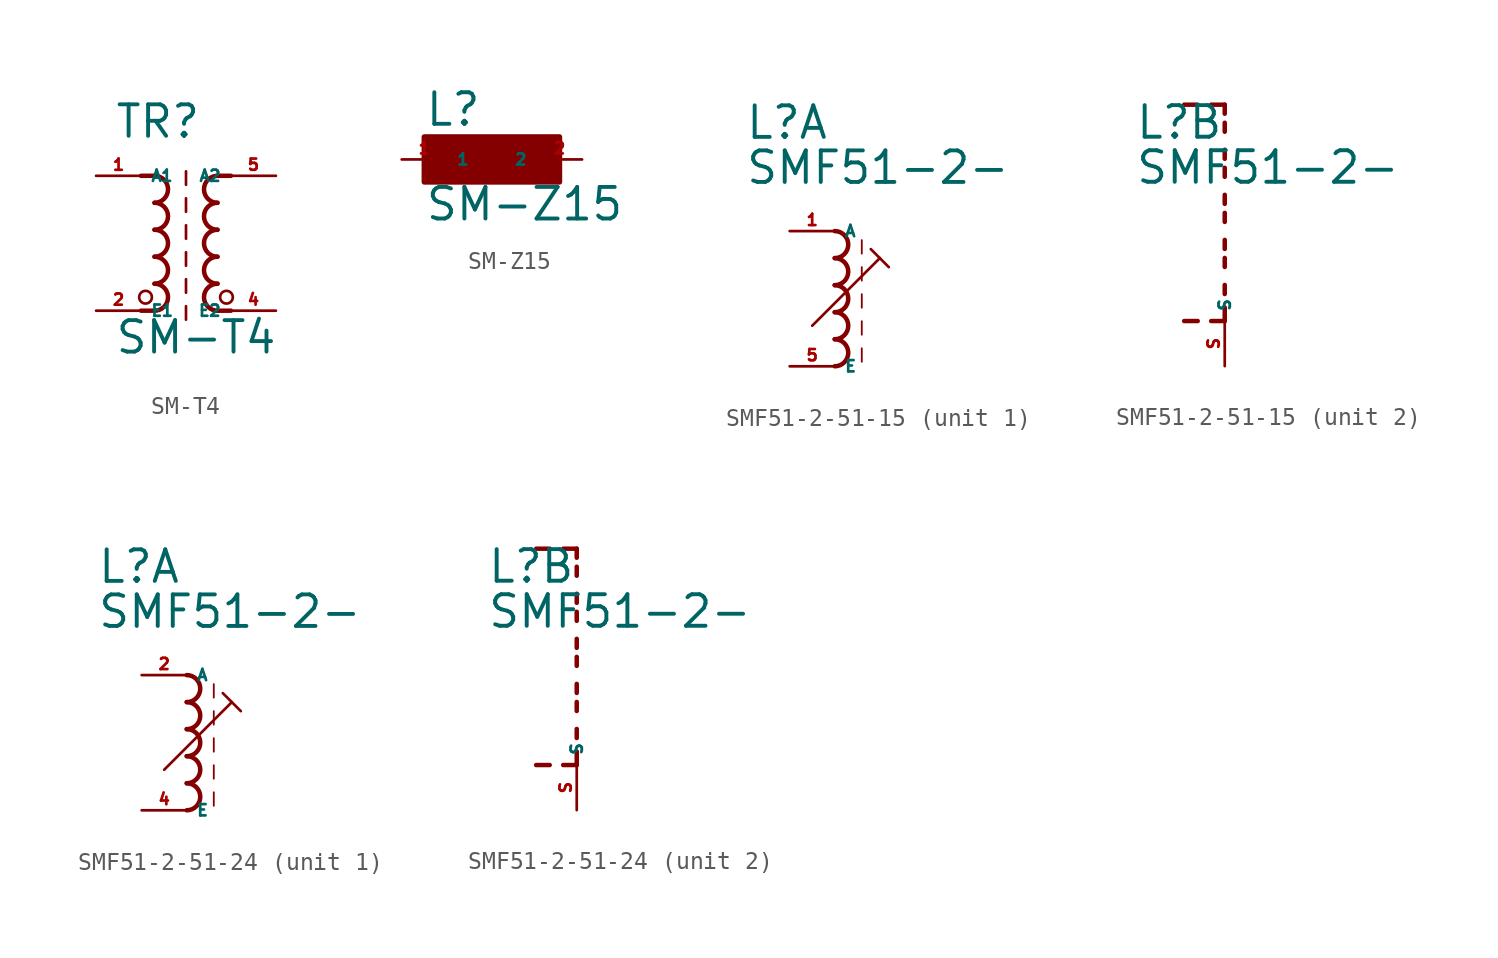
<source format=kicad_sym>
(kicad_symbol_lib
  (version 20220914)
  (generator kicad_symbol_editor)
  (symbol "SM-T4"
    (property "Reference" "TR"
      (at -4.064 7.112 0)
      (effects (font (size 1.778 1.778) (thickness 0.22)) (justify left bottom)))
    (property "Value" "SM-T4"
      (at -4.064 -5.08 0)
      (effects (font (size 1.778 1.778) (thickness 0.22)) (justify left bottom)))
    (symbol "SM-T4_1_1"
      (circle (center -2.286 -1.778) (radius 0.359) (stroke (width 0) (type default)) (fill (type none)))
      (arc (start -1.778 -2.54) (mid -1.0193 -1.778) (end -1.778 -1.016) (stroke (width 0.254) (type default)) (fill (type none)))
      (arc (start -1.778 -1.016) (mid -1.0193 -0.254) (end -1.778 0.508) (stroke (width 0.254) (type default)) (fill (type none)))
      (arc (start -1.778 0.508) (mid -1.0193 1.27) (end -1.778 2.032) (stroke (width 0.254) (type default)) (fill (type none)))
      (arc (start -1.778 2.032) (mid -1.0193 2.794) (end -1.778 3.556) (stroke (width 0.254) (type default)) (fill (type none)))
      (arc (start -1.778 3.556) (mid -1.0193 4.318) (end -1.778 5.08) (stroke (width 0.254) (type default)) (fill (type none)))
      (polyline (pts (xy -1.778 -2.54) (xy -2.54 -2.54)) (stroke (width 0.254) (type default)) (fill (type none)))
      (polyline (pts (xy -1.778 5.08) (xy -2.54 5.08)) (stroke (width 0.254) (type default)) (fill (type none)))
      (polyline (pts (xy 0 -2.286) (xy 0 -3.048)) (stroke (width 0.152) (type default)) (fill (type none)))
      (polyline (pts (xy 0 -0.762) (xy 0 -1.524)) (stroke (width 0.152) (type default)) (fill (type none)))
      (polyline (pts (xy 0 0.762) (xy 0 0)) (stroke (width 0.152) (type default)) (fill (type none)))
      (polyline (pts (xy 0 2.286) (xy 0 1.524)) (stroke (width 0.152) (type default)) (fill (type none)))
      (polyline (pts (xy 0 3.81) (xy 0 3.048)) (stroke (width 0.152) (type default)) (fill (type none)))
      (polyline (pts (xy 0 5.334) (xy 0 4.572)) (stroke (width 0.152) (type default)) (fill (type none)))
      (polyline (pts (xy 1.778 -2.54) (xy 2.54 -2.54)) (stroke (width 0.254) (type default)) (fill (type none)))
      (polyline (pts (xy 1.778 5.08) (xy 2.54 5.08)) (stroke (width 0.254) (type default)) (fill (type none)))
      (arc (start 1.778 -1.016) (mid 1.0193 -1.778) (end 1.778 -2.54) (stroke (width 0.254) (type default)) (fill (type none)))
      (arc (start 1.778 0.508) (mid 1.0193 -0.254) (end 1.778 -1.016) (stroke (width 0.254) (type default)) (fill (type none)))
      (arc (start 1.778 2.032) (mid 1.0193 1.27) (end 1.778 0.508) (stroke (width 0.254) (type default)) (fill (type none)))
      (arc (start 1.778 3.556) (mid 1.0193 2.794) (end 1.778 2.032) (stroke (width 0.254) (type default)) (fill (type none)))
      (arc (start 1.778 5.08) (mid 1.0193 4.318) (end 1.778 3.556) (stroke (width 0.254) (type default)) (fill (type none)))
      (circle (center 2.286 -1.778) (radius 0.359) (stroke (width 0) (type default)) (fill (type none)))
      (pin passive line (at -5.08 5.08 0) (length 2.54) (name "A1" (effects (font (size 0.635 0.635)))) (number "1" (effects (font (size 0.635 0.635)))))
      (pin passive line (at -5.08 -2.54 0) (length 2.54) (name "E1" (effects (font (size 0.635 0.635)))) (number "2" (effects (font (size 0.635 0.635)))))
      (pin passive line (at 5.08 -2.54 180) (length 2.54) (name "E2" (effects (font (size 0.635 0.635)))) (number "4" (effects (font (size 0.635 0.635)))))
      (pin passive line (at 5.08 5.08 180) (length 2.54) (name "A2" (effects (font (size 0.635 0.635)))) (number "5" (effects (font (size 0.635 0.635)))))))
  (symbol "SM-Z15"
    (property "Reference" "L"
      (at -3.81 1.778 0)
      (effects (font (size 1.778 1.778) (thickness 0.22)) (justify left bottom)))
    (property "Value" "SM-Z15"
      (at -3.81 -3.556 0)
      (effects (font (size 1.778 1.778) (thickness 0.22)) (justify left bottom)))
    (symbol "SM-Z15_1_1"
      (rectangle (start -3.81 -1.27) (end 3.81 1.27) (stroke (width 0.3) (type default)) (fill (type outline)))
      (pin passive line (at -5.08 0 0) (length 2.54) (name "1" (effects (font (size 0.635 0.635)))) (number "1" (effects (font (size 0.635 0.635)))))
      (pin passive line (at 5.08 0 180) (length 2.54) (name "2" (effects (font (size 0.635 0.635)))) (number "2" (effects (font (size 0.635 0.635)))))))
  (symbol "SMF51-2-51-15"
    (property "Reference" "L"
      (at -5.08 10.16 0)
      (effects (font (size 1.778 1.778) (thickness 0.22)) (justify left bottom)))
    (property "Value" "SMF51-2-"
      (at -5.08 7.62 0)
      (effects (font (size 1.778 1.778) (thickness 0.22)) (justify left bottom)))
    (symbol "SMF51-2-51-15_1_0"
      (arc (start 0 -2.54) (mid 0.7587 -1.778) (end 0 -1.016) (stroke (width 0.254) (type default)) (fill (type none)))
      (arc (start 0 -1.016) (mid 0.7587 -0.254) (end 0 0.508) (stroke (width 0.254) (type default)) (fill (type none)))
      (polyline (pts (xy -1.27 -0.254) (xy 2.54 3.556)) (stroke (width 0.152) (type default)) (fill (type none)))
      (polyline (pts (xy 1.524 -1.524) (xy 1.524 -2.286)) (stroke (width 0.102) (type default)) (fill (type none)))
      (polyline (pts (xy 1.524 0) (xy 1.524 -0.762)) (stroke (width 0.102) (type default)) (fill (type none)))
      (polyline (pts (xy 1.524 1.524) (xy 1.524 0.762)) (stroke (width 0.102) (type default)) (fill (type none)))
      (polyline (pts (xy 1.524 3.048) (xy 1.524 2.286)) (stroke (width 0.102) (type default)) (fill (type none)))
      (polyline (pts (xy 1.524 4.572) (xy 1.524 3.81)) (stroke (width 0.102) (type default)) (fill (type none)))
      (polyline (pts (xy 2.032 4.064) (xy 2.54 3.556)) (stroke (width 0.152) (type default)) (fill (type none)))
      (polyline (pts (xy 2.54 3.556) (xy 3.048 3.048)) (stroke (width 0.152) (type default)) (fill (type none)))
      (arc (start 0 0.508) (mid 0.7587 1.27) (end 0 2.032) (stroke (width 0.254) (type default)) (fill (type none)))
      (arc (start 0 2.032) (mid 0.7587 2.794) (end 0 3.556) (stroke (width 0.254) (type default)) (fill (type none)))
      (arc (start 0 3.556) (mid 0.7587 4.318) (end 0 5.08) (stroke (width 0.254) (type default)) (fill (type none)))
      (pin passive line (at -2.54 5.08 0) (length 2.54) (name "A" (effects (font (size 0.635 0.635)))) (number "1" (effects (font (size 0.635 0.635)))))
      (pin passive line (at -2.54 -2.54 0) (length 2.54) (name "E" (effects (font (size 0.635 0.635)))) (number "5" (effects (font (size 0.635 0.635))))))
    (symbol "SMF51-2-51-15_2_0"
      (polyline (pts (xy -1.524 0) (xy -2.286 0)) (stroke (width 0.254) (type default)) (fill (type none)))
      (polyline (pts (xy -1.524 12.192) (xy -2.286 12.192)) (stroke (width 0.254) (type default)) (fill (type none)))
      (polyline (pts (xy 0 0) (xy -0.762 0)) (stroke (width 0.254) (type default)) (fill (type none)))
      (polyline (pts (xy 0 0) (xy 0 0.762)) (stroke (width 0.254) (type default)) (fill (type none)))
      (polyline (pts (xy 0 1.524) (xy 0 2.032)) (stroke (width 0.254) (type default)) (fill (type none)))
      (polyline (pts (xy 0 3.048) (xy 0 3.556)) (stroke (width 0.254) (type default)) (fill (type none)))
      (polyline (pts (xy 0 4.064) (xy 0 4.572)) (stroke (width 0.254) (type default)) (fill (type none)))
      (polyline (pts (xy 0 5.588) (xy 0 6.096)) (stroke (width 0.254) (type default)) (fill (type none)))
      (polyline (pts (xy 0 6.604) (xy 0 7.112)) (stroke (width 0.254) (type default)) (fill (type none)))
      (polyline (pts (xy 0 8.128) (xy 0 8.636)) (stroke (width 0.254) (type default)) (fill (type none)))
      (polyline (pts (xy 0 9.144) (xy 0 9.652)) (stroke (width 0.254) (type default)) (fill (type none)))
      (polyline (pts (xy 0 10.668) (xy 0 11.176)) (stroke (width 0.254) (type default)) (fill (type none)))
      (polyline (pts (xy 0 11.684) (xy 0 12.192)) (stroke (width 0.254) (type default)) (fill (type none)))
      (polyline (pts (xy 0 12.192) (xy -0.762 12.192)) (stroke (width 0.254) (type default)) (fill (type none)))
      (pin passive line (at 0 -2.54 90) (length 2.54) (name "S" (effects (font (size 0.635 0.635)))) (number "S" (effects (font (size 0.635 0.635)))))))
  (symbol "SMF51-2-51-24"
    (property "Reference" "L"
      (at -5.08 10.16 0)
      (effects (font (size 1.778 1.778) (thickness 0.22)) (justify left bottom)))
    (property "Value" "SMF51-2-"
      (at -5.08 7.62 0)
      (effects (font (size 1.778 1.778) (thickness 0.22)) (justify left bottom)))
    (symbol "SMF51-2-51-24_1_0"
      (arc (start 0 -2.54) (mid 0.7587 -1.778) (end 0 -1.016) (stroke (width 0.254) (type default)) (fill (type none)))
      (arc (start 0 -1.016) (mid 0.7587 -0.254) (end 0 0.508) (stroke (width 0.254) (type default)) (fill (type none)))
      (polyline (pts (xy -1.27 -0.254) (xy 2.54 3.556)) (stroke (width 0.152) (type default)) (fill (type none)))
      (polyline (pts (xy 1.524 -1.524) (xy 1.524 -2.286)) (stroke (width 0.102) (type default)) (fill (type none)))
      (polyline (pts (xy 1.524 0) (xy 1.524 -0.762)) (stroke (width 0.102) (type default)) (fill (type none)))
      (polyline (pts (xy 1.524 1.524) (xy 1.524 0.762)) (stroke (width 0.102) (type default)) (fill (type none)))
      (polyline (pts (xy 1.524 3.048) (xy 1.524 2.286)) (stroke (width 0.102) (type default)) (fill (type none)))
      (polyline (pts (xy 1.524 4.572) (xy 1.524 3.81)) (stroke (width 0.102) (type default)) (fill (type none)))
      (polyline (pts (xy 2.032 4.064) (xy 2.54 3.556)) (stroke (width 0.152) (type default)) (fill (type none)))
      (polyline (pts (xy 2.54 3.556) (xy 3.048 3.048)) (stroke (width 0.152) (type default)) (fill (type none)))
      (arc (start 0 0.508) (mid 0.7587 1.27) (end 0 2.032) (stroke (width 0.254) (type default)) (fill (type none)))
      (arc (start 0 2.032) (mid 0.7587 2.794) (end 0 3.556) (stroke (width 0.254) (type default)) (fill (type none)))
      (arc (start 0 3.556) (mid 0.7587 4.318) (end 0 5.08) (stroke (width 0.254) (type default)) (fill (type none)))
      (pin passive line (at -2.54 5.08 0) (length 2.54) (name "A" (effects (font (size 0.635 0.635)))) (number "2" (effects (font (size 0.635 0.635)))))
      (pin passive line (at -2.54 -2.54 0) (length 2.54) (name "E" (effects (font (size 0.635 0.635)))) (number "4" (effects (font (size 0.635 0.635))))))
    (symbol "SMF51-2-51-24_2_0"
      (polyline (pts (xy -1.524 0) (xy -2.286 0)) (stroke (width 0.254) (type default)) (fill (type none)))
      (polyline (pts (xy -1.524 12.192) (xy -2.286 12.192)) (stroke (width 0.254) (type default)) (fill (type none)))
      (polyline (pts (xy 0 0) (xy -0.762 0)) (stroke (width 0.254) (type default)) (fill (type none)))
      (polyline (pts (xy 0 0) (xy 0 0.762)) (stroke (width 0.254) (type default)) (fill (type none)))
      (polyline (pts (xy 0 1.524) (xy 0 2.032)) (stroke (width 0.254) (type default)) (fill (type none)))
      (polyline (pts (xy 0 3.048) (xy 0 3.556)) (stroke (width 0.254) (type default)) (fill (type none)))
      (polyline (pts (xy 0 4.064) (xy 0 4.572)) (stroke (width 0.254) (type default)) (fill (type none)))
      (polyline (pts (xy 0 5.588) (xy 0 6.096)) (stroke (width 0.254) (type default)) (fill (type none)))
      (polyline (pts (xy 0 6.604) (xy 0 7.112)) (stroke (width 0.254) (type default)) (fill (type none)))
      (polyline (pts (xy 0 8.128) (xy 0 8.636)) (stroke (width 0.254) (type default)) (fill (type none)))
      (polyline (pts (xy 0 9.144) (xy 0 9.652)) (stroke (width 0.254) (type default)) (fill (type none)))
      (polyline (pts (xy 0 10.668) (xy 0 11.176)) (stroke (width 0.254) (type default)) (fill (type none)))
      (polyline (pts (xy 0 11.684) (xy 0 12.192)) (stroke (width 0.254) (type default)) (fill (type none)))
      (polyline (pts (xy 0 12.192) (xy -0.762 12.192)) (stroke (width 0.254) (type default)) (fill (type none)))
      (pin passive line (at 0 -2.54 90) (length 2.54) (name "S" (effects (font (size 0.635 0.635)))) (number "S" (effects (font (size 0.635 0.635))))))))
</source>
